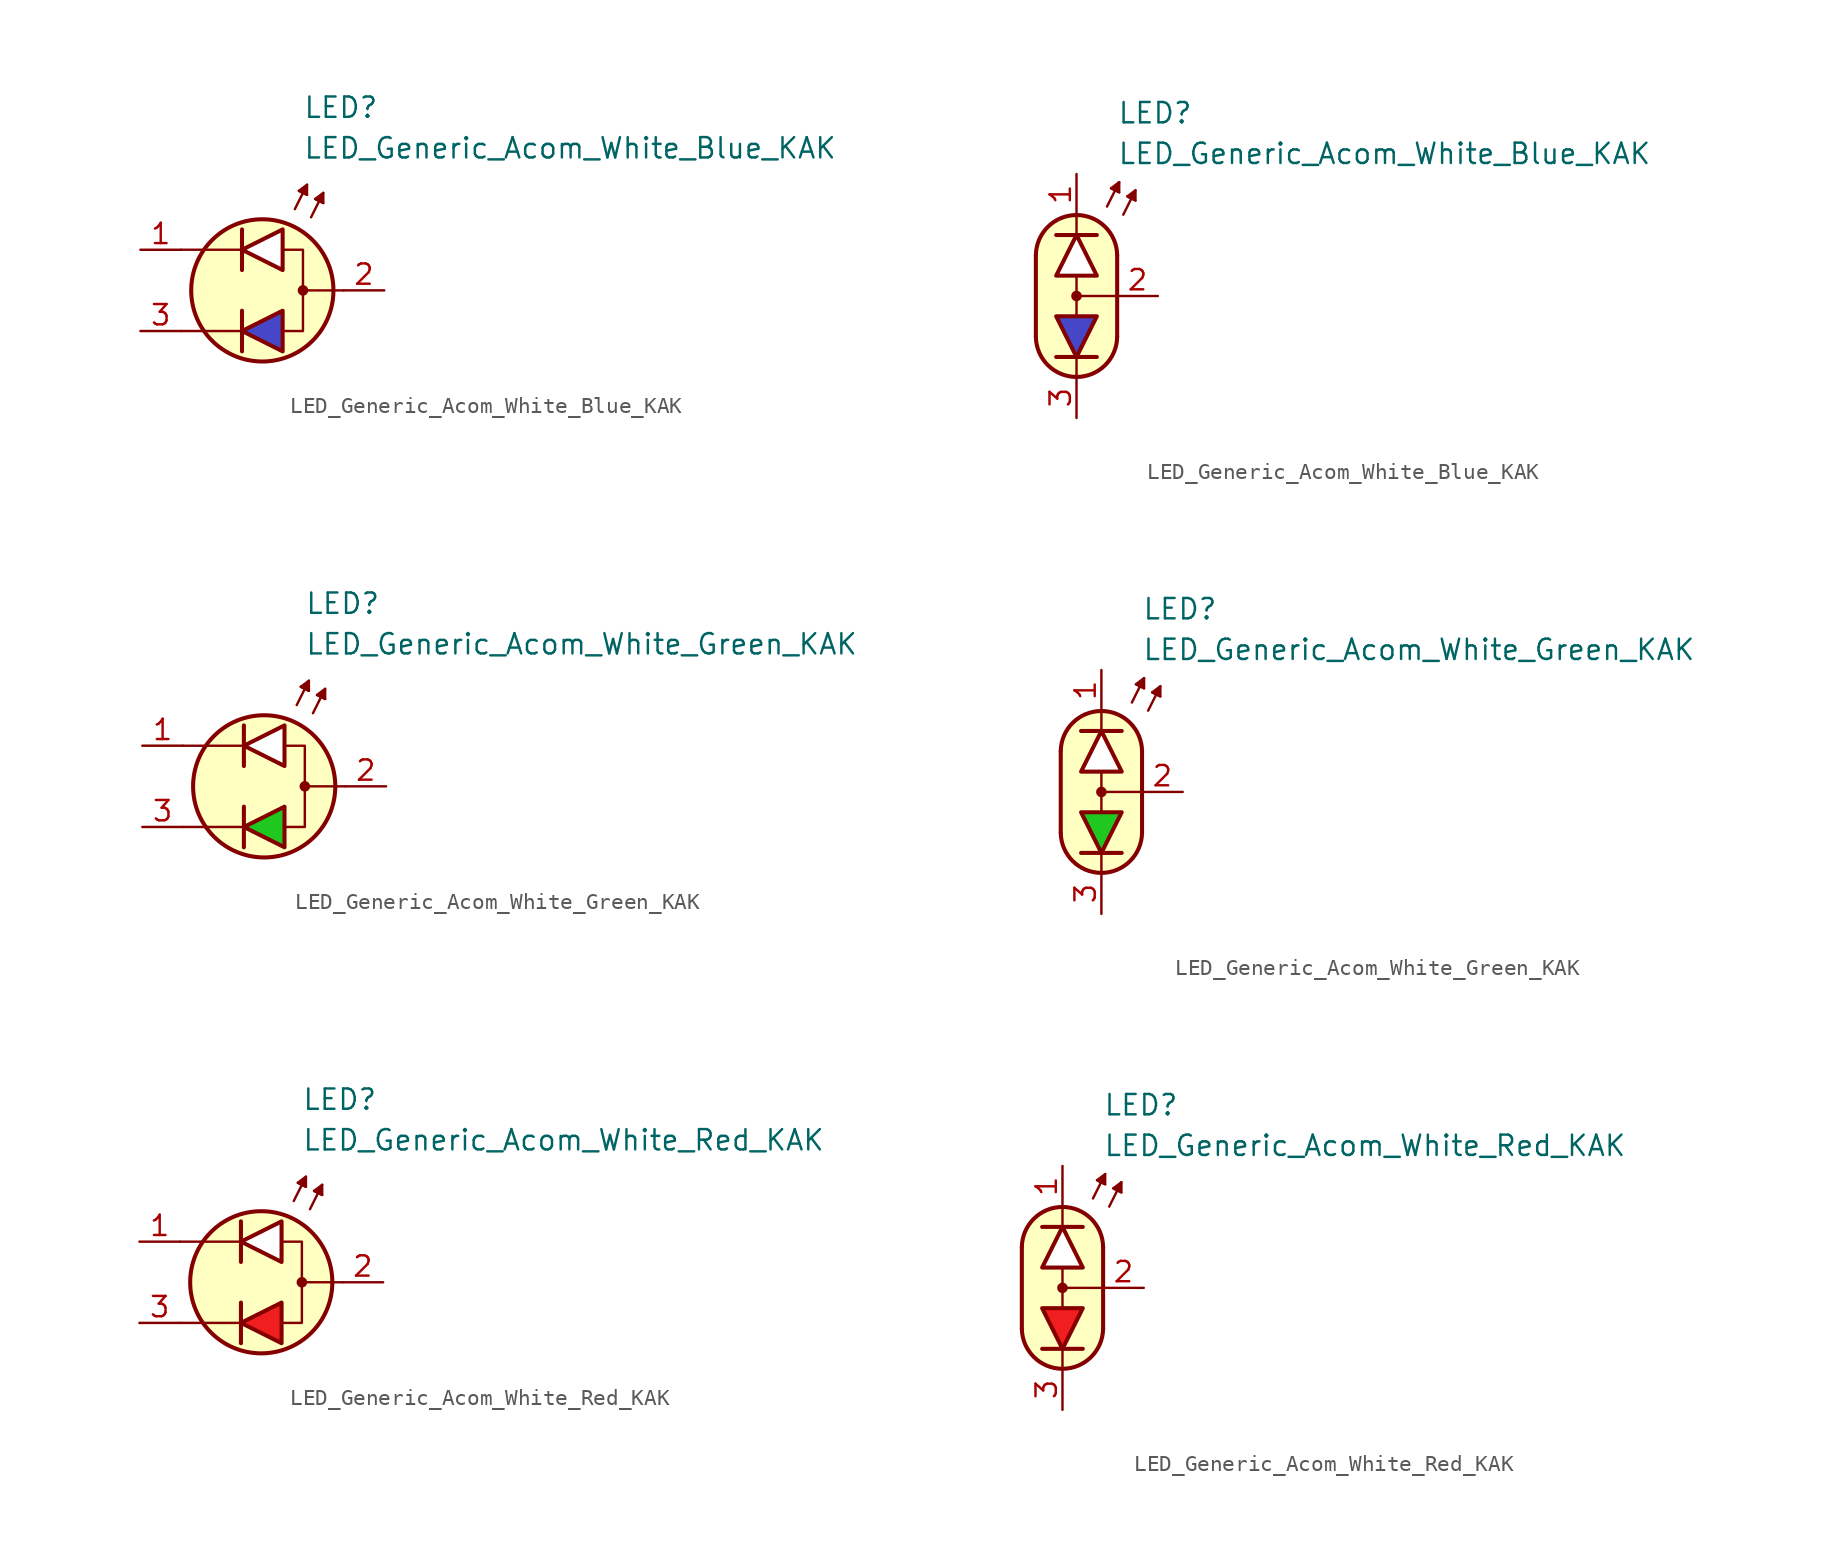
<source format=kicad_sym>
(kicad_symbol_lib
  (version 20231120)
  (generator "kicad_symbol_editor")
  (generator_version "8.0")
  (symbol "LED_Generic_Acom_White_Blue_KAK"
    (pin_names
      (offset 1.016) hide)
    (property "Reference" "LED"
      (at 2.54 11.43 0)
      (effects (font (size 1.27 1.27)) (justify left)))
    (property "Value" "LED_Generic_Acom_White_Blue_KAK"
      (at 2.54 8.89 0)
      (effects (font (size 1.27 1.27)) (justify left)))
    (symbol "LED_Generic_Acom_White_Blue_KAK_0_1"
      (polyline (pts (xy -1.27 -3.81) (xy -1.27 -1.27)) (stroke (width 0.254) (type default)) (fill (type none)))
      (polyline (pts (xy -1.27 -2.54) (xy -5.08 -2.54)) (stroke (width 0.152) (type default)) (fill (type none)))
      (polyline (pts (xy -1.27 1.27) (xy -1.27 3.81)) (stroke (width 0.254) (type default)) (fill (type none)))
      (polyline (pts (xy -1.27 2.54) (xy -5.08 2.54)) (stroke (width 0.152) (type default)) (fill (type none)))
      (polyline (pts (xy 2.032 5.08) (xy 2.794 6.604)) (stroke (width 0.152) (type default)) (fill (type none)))
      (polyline (pts (xy 2.54 6.096) (xy 2.286 6.223)) (stroke (width 0.152) (type default)) (fill (type none)))
      (polyline (pts (xy 2.54 6.096) (xy 2.794 5.969)) (stroke (width 0.152) (type default)) (fill (type none)))
      (polyline (pts (xy 3.048 4.572) (xy 3.81 6.096)) (stroke (width 0.152) (type default)) (fill (type none)))
      (polyline (pts (xy 3.556 5.588) (xy 3.302 5.715)) (stroke (width 0.152) (type default)) (fill (type none)))
      (polyline (pts (xy 3.556 5.588) (xy 3.81 5.461)) (stroke (width 0.152) (type default)) (fill (type none)))
      (polyline (pts (xy 5.08 0) (xy 2.54 0)) (stroke (width 0.152) (type default)) (fill (type none)))
      (polyline (pts (xy 1.27 -3.81) (xy 1.27 -1.27) (xy -1.27 -2.54) (xy 1.27 -3.81)) (stroke (width 0.254) (type default)) (fill (type color) (color 70 70 200 1)))
      (polyline (pts (xy 1.27 1.27) (xy 1.27 3.81) (xy -1.27 2.54) (xy 1.27 1.27)) (stroke (width 0.254) (type default)) (fill (type color) (color 255 255 255 1)))
      (polyline (pts (xy 1.397 2.54) (xy 2.54 2.54) (xy 2.54 -2.54) (xy 1.397 -2.54)) (stroke (width 0.152) (type default)) (fill (type none)))
      (polyline (pts (xy 2.794 5.969) (xy 2.286 6.223) (xy 2.794 6.604) (xy 2.794 5.969)) (stroke (width 0.152) (type default)) (fill (type outline)))
      (polyline (pts (xy 3.81 5.461) (xy 3.302 5.715) (xy 3.81 6.096) (xy 3.81 5.461)) (stroke (width 0.152) (type default)) (fill (type outline)))
      (circle (center 0 0) (radius 4.445) (stroke (width 0.254) (type default)) (fill (type background)))
      (circle (center 2.54 0) (radius 0.254) (stroke (width 0) (type default)) (fill (type outline))))
    (symbol "LED_Generic_Acom_White_Blue_KAK_0_2"
      (arc (start -2.54 -2.54) (mid 0 -5.0576) (end 2.54 -2.54) (stroke (width 0.254) (type default)) (fill (type none)))
      (polyline (pts (xy -2.54 2.54) (xy -2.54 -2.54)) (stroke (width 0.254) (type default)) (fill (type none)))
      (polyline (pts (xy -1.27 3.81) (xy 1.27 3.81)) (stroke (width 0.254) (type default)) (fill (type none)))
      (polyline (pts (xy 0 -5.08) (xy 0 -3.81)) (stroke (width 0) (type default)) (fill (type none)))
      (polyline (pts (xy 0 -1.27) (xy 0 1.27)) (stroke (width 0) (type default)) (fill (type none)))
      (polyline (pts (xy 0 5.08) (xy 0 3.81)) (stroke (width 0) (type default)) (fill (type none)))
      (polyline (pts (xy 1.27 -3.81) (xy -1.27 -3.81)) (stroke (width 0.254) (type default)) (fill (type none)))
      (polyline (pts (xy 1.905 5.588) (xy 2.667 7.112)) (stroke (width 0.152) (type default)) (fill (type none)))
      (polyline (pts (xy 2.413 6.604) (xy 2.159 6.731)) (stroke (width 0.152) (type default)) (fill (type none)))
      (polyline (pts (xy 2.413 6.604) (xy 2.667 6.477)) (stroke (width 0.152) (type default)) (fill (type none)))
      (polyline (pts (xy 2.54 -2.54) (xy 2.54 2.54)) (stroke (width 0.254) (type default)) (fill (type none)))
      (polyline (pts (xy 2.54 0) (xy 0 0)) (stroke (width 0) (type default)) (fill (type none)))
      (polyline (pts (xy 2.921 5.08) (xy 3.683 6.604)) (stroke (width 0.152) (type default)) (fill (type none)))
      (polyline (pts (xy 3.429 6.096) (xy 3.175 6.223)) (stroke (width 0.152) (type default)) (fill (type none)))
      (polyline (pts (xy 3.429 6.096) (xy 3.683 5.969)) (stroke (width 0.152) (type default)) (fill (type none)))
      (polyline (pts (xy 2.667 6.477) (xy 2.159 6.731) (xy 2.667 7.112) (xy 2.667 6.477)) (stroke (width 0.152) (type default)) (fill (type outline)))
      (polyline (pts (xy 3.683 5.969) (xy 3.175 6.223) (xy 3.683 6.604) (xy 3.683 5.969)) (stroke (width 0.152) (type default)) (fill (type outline)))
      (polyline (pts (xy 0 5.08) (xy 1.016 4.826) (xy 1.778 4.318) (xy 2.286 3.556) (xy 2.54 3.048) (xy 2.54 -2.794) (xy 2.286 -3.556) (xy 1.778 -4.318) (xy 1.016 -4.826) (xy 0.254 -5.08) (xy -0.254 -5.08) (xy -1.016 -4.826) (xy -1.524 -4.572) (xy -2.032 -4.064) (xy -2.286 -3.556) (xy -2.54 -2.794) (xy -2.54 2.794) (xy -2.286 3.556) (xy -2.032 4.064) (xy -1.524 4.572) (xy -1.016 4.826) (xy 0 5.08)) (stroke (width 0.01) (type default)) (fill (type background)))
      (circle (center 0 0) (radius 0.254) (stroke (width 0) (type default)) (fill (type outline)))
      (arc (start 2.54 2.54) (mid 0 5.0576) (end -2.54 2.54) (stroke (width 0.254) (type default)) (fill (type none))))
    (symbol "LED_Generic_Acom_White_Blue_KAK_1_1"
      (pin passive line (at -7.62 2.54 0) (length 2.54) (name "A1" (effects (font (size 1.27 1.27)))) (number "1" (effects (font (size 1.27 1.27)))))
      (pin passive line (at 7.62 0 180) (length 2.54) (name "K" (effects (font (size 1.27 1.27)))) (number "2" (effects (font (size 1.27 1.27)))))
      (pin passive line (at -7.62 -2.54 0) (length 2.54) (name "A2" (effects (font (size 1.27 1.27)))) (number "3" (effects (font (size 1.27 1.27))))))
    (symbol "LED_Generic_Acom_White_Blue_KAK_1_2"
      (polyline (pts (xy -1.27 1.27) (xy 1.27 1.27) (xy 0 3.81) (xy -1.27 1.27)) (stroke (width 0.254) (type default)) (fill (type color) (color 255 255 255 1)))
      (polyline (pts (xy 1.27 -1.27) (xy -1.27 -1.27) (xy 0 -3.81) (xy 1.27 -1.27)) (stroke (width 0.254) (type default)) (fill (type color) (color 70 70 200 1)))
      (pin passive line (at 0 7.62 270) (length 2.54) (name "A1" (effects (font (size 1.27 1.27)))) (number "1" (effects (font (size 1.27 1.27)))))
      (pin passive line (at 5.08 0 180) (length 2.54) (name "K" (effects (font (size 1.27 1.27)))) (number "2" (effects (font (size 1.27 1.27)))))
      (pin passive line (at 0 -7.62 90) (length 2.54) (name "A2" (effects (font (size 1.27 1.27)))) (number "3" (effects (font (size 1.27 1.27)))))))
  (symbol "LED_Generic_Acom_White_Green_KAK"
    (pin_names
      (offset 1.016) hide)
    (property "Reference" "LED"
      (at 2.54 11.43 0)
      (effects (font (size 1.27 1.27)) (justify left)))
    (property "Value" "LED_Generic_Acom_White_Green_KAK"
      (at 2.54 8.89 0)
      (effects (font (size 1.27 1.27)) (justify left)))
    (symbol "LED_Generic_Acom_White_Green_KAK_0_1"
      (polyline (pts (xy -1.27 -3.81) (xy -1.27 -1.27)) (stroke (width 0.254) (type default)) (fill (type none)))
      (polyline (pts (xy -1.27 -2.54) (xy -5.08 -2.54)) (stroke (width 0.152) (type default)) (fill (type none)))
      (polyline (pts (xy -1.27 1.27) (xy -1.27 3.81)) (stroke (width 0.254) (type default)) (fill (type none)))
      (polyline (pts (xy -1.27 2.54) (xy -5.08 2.54)) (stroke (width 0.152) (type default)) (fill (type none)))
      (polyline (pts (xy 2.032 5.08) (xy 2.794 6.604)) (stroke (width 0.152) (type default)) (fill (type none)))
      (polyline (pts (xy 2.54 6.096) (xy 2.286 6.223)) (stroke (width 0.152) (type default)) (fill (type none)))
      (polyline (pts (xy 2.54 6.096) (xy 2.794 5.969)) (stroke (width 0.152) (type default)) (fill (type none)))
      (polyline (pts (xy 3.048 4.572) (xy 3.81 6.096)) (stroke (width 0.152) (type default)) (fill (type none)))
      (polyline (pts (xy 3.556 5.588) (xy 3.302 5.715)) (stroke (width 0.152) (type default)) (fill (type none)))
      (polyline (pts (xy 3.556 5.588) (xy 3.81 5.461)) (stroke (width 0.152) (type default)) (fill (type none)))
      (polyline (pts (xy 5.08 0) (xy 2.54 0)) (stroke (width 0.152) (type default)) (fill (type none)))
      (polyline (pts (xy 1.27 -3.81) (xy 1.27 -1.27) (xy -1.27 -2.54) (xy 1.27 -3.81)) (stroke (width 0.254) (type default)) (fill (type color) (color 30 200 30 1)))
      (polyline (pts (xy 1.27 1.27) (xy 1.27 3.81) (xy -1.27 2.54) (xy 1.27 1.27)) (stroke (width 0.254) (type default)) (fill (type color) (color 255 255 255 1)))
      (polyline (pts (xy 1.397 2.54) (xy 2.54 2.54) (xy 2.54 -2.54) (xy 1.397 -2.54)) (stroke (width 0.152) (type default)) (fill (type none)))
      (polyline (pts (xy 2.794 5.969) (xy 2.286 6.223) (xy 2.794 6.604) (xy 2.794 5.969)) (stroke (width 0.152) (type default)) (fill (type outline)))
      (polyline (pts (xy 3.81 5.461) (xy 3.302 5.715) (xy 3.81 6.096) (xy 3.81 5.461)) (stroke (width 0.152) (type default)) (fill (type outline)))
      (circle (center 0 0) (radius 4.445) (stroke (width 0.254) (type default)) (fill (type background)))
      (circle (center 2.54 0) (radius 0.254) (stroke (width 0) (type default)) (fill (type outline))))
    (symbol "LED_Generic_Acom_White_Green_KAK_0_2"
      (arc (start -2.54 -2.54) (mid 0 -5.0576) (end 2.54 -2.54) (stroke (width 0.254) (type default)) (fill (type none)))
      (polyline (pts (xy -2.54 2.54) (xy -2.54 -2.54)) (stroke (width 0.254) (type default)) (fill (type none)))
      (polyline (pts (xy -1.27 3.81) (xy 1.27 3.81)) (stroke (width 0.254) (type default)) (fill (type none)))
      (polyline (pts (xy 0 -5.08) (xy 0 -3.81)) (stroke (width 0) (type default)) (fill (type none)))
      (polyline (pts (xy 0 -1.27) (xy 0 1.27)) (stroke (width 0) (type default)) (fill (type none)))
      (polyline (pts (xy 0 5.08) (xy 0 3.81)) (stroke (width 0) (type default)) (fill (type none)))
      (polyline (pts (xy 1.27 -3.81) (xy -1.27 -3.81)) (stroke (width 0.254) (type default)) (fill (type none)))
      (polyline (pts (xy 1.905 5.588) (xy 2.667 7.112)) (stroke (width 0.152) (type default)) (fill (type none)))
      (polyline (pts (xy 2.413 6.604) (xy 2.159 6.731)) (stroke (width 0.152) (type default)) (fill (type none)))
      (polyline (pts (xy 2.413 6.604) (xy 2.667 6.477)) (stroke (width 0.152) (type default)) (fill (type none)))
      (polyline (pts (xy 2.54 -2.54) (xy 2.54 2.54)) (stroke (width 0.254) (type default)) (fill (type none)))
      (polyline (pts (xy 2.54 0) (xy 0 0)) (stroke (width 0) (type default)) (fill (type none)))
      (polyline (pts (xy 2.921 5.08) (xy 3.683 6.604)) (stroke (width 0.152) (type default)) (fill (type none)))
      (polyline (pts (xy 3.429 6.096) (xy 3.175 6.223)) (stroke (width 0.152) (type default)) (fill (type none)))
      (polyline (pts (xy 3.429 6.096) (xy 3.683 5.969)) (stroke (width 0.152) (type default)) (fill (type none)))
      (polyline (pts (xy 2.667 6.477) (xy 2.159 6.731) (xy 2.667 7.112) (xy 2.667 6.477)) (stroke (width 0.152) (type default)) (fill (type outline)))
      (polyline (pts (xy 3.683 5.969) (xy 3.175 6.223) (xy 3.683 6.604) (xy 3.683 5.969)) (stroke (width 0.152) (type default)) (fill (type outline)))
      (polyline (pts (xy 0 5.08) (xy 1.016 4.826) (xy 1.778 4.318) (xy 2.286 3.556) (xy 2.54 3.048) (xy 2.54 -2.794) (xy 2.286 -3.556) (xy 1.778 -4.318) (xy 1.016 -4.826) (xy 0.254 -5.08) (xy -0.254 -5.08) (xy -1.016 -4.826) (xy -1.524 -4.572) (xy -2.032 -4.064) (xy -2.286 -3.556) (xy -2.54 -2.794) (xy -2.54 2.794) (xy -2.286 3.556) (xy -2.032 4.064) (xy -1.524 4.572) (xy -1.016 4.826) (xy 0 5.08)) (stroke (width 0.01) (type default)) (fill (type background)))
      (circle (center 0 0) (radius 0.254) (stroke (width 0) (type default)) (fill (type outline)))
      (arc (start 2.54 2.54) (mid 0 5.0576) (end -2.54 2.54) (stroke (width 0.254) (type default)) (fill (type none))))
    (symbol "LED_Generic_Acom_White_Green_KAK_1_1"
      (pin passive line (at -7.62 2.54 0) (length 2.54) (name "A1" (effects (font (size 1.27 1.27)))) (number "1" (effects (font (size 1.27 1.27)))))
      (pin passive line (at 7.62 0 180) (length 2.54) (name "K" (effects (font (size 1.27 1.27)))) (number "2" (effects (font (size 1.27 1.27)))))
      (pin passive line (at -7.62 -2.54 0) (length 2.54) (name "A2" (effects (font (size 1.27 1.27)))) (number "3" (effects (font (size 1.27 1.27))))))
    (symbol "LED_Generic_Acom_White_Green_KAK_1_2"
      (polyline (pts (xy -1.27 1.27) (xy 1.27 1.27) (xy 0 3.81) (xy -1.27 1.27)) (stroke (width 0.254) (type default)) (fill (type color) (color 255 255 255 1)))
      (polyline (pts (xy 1.27 -1.27) (xy -1.27 -1.27) (xy 0 -3.81) (xy 1.27 -1.27)) (stroke (width 0.254) (type default)) (fill (type color) (color 30 200 30 1)))
      (pin passive line (at 0 7.62 270) (length 2.54) (name "A1" (effects (font (size 1.27 1.27)))) (number "1" (effects (font (size 1.27 1.27)))))
      (pin passive line (at 5.08 0 180) (length 2.54) (name "K" (effects (font (size 1.27 1.27)))) (number "2" (effects (font (size 1.27 1.27)))))
      (pin passive line (at 0 -7.62 90) (length 2.54) (name "A2" (effects (font (size 1.27 1.27)))) (number "3" (effects (font (size 1.27 1.27)))))))
  (symbol "LED_Generic_Acom_White_Red_KAK"
    (pin_names
      (offset 1.016) hide)
    (property "Reference" "LED"
      (at 2.54 11.43 0)
      (effects (font (size 1.27 1.27)) (justify left)))
    (property "Value" "LED_Generic_Acom_White_Red_KAK"
      (at 2.54 8.89 0)
      (effects (font (size 1.27 1.27)) (justify left)))
    (symbol "LED_Generic_Acom_White_Red_KAK_0_1"
      (polyline (pts (xy -1.27 -3.81) (xy -1.27 -1.27)) (stroke (width 0.254) (type default)) (fill (type none)))
      (polyline (pts (xy -1.27 -2.54) (xy -5.08 -2.54)) (stroke (width 0.152) (type default)) (fill (type none)))
      (polyline (pts (xy -1.27 1.27) (xy -1.27 3.81)) (stroke (width 0.254) (type default)) (fill (type none)))
      (polyline (pts (xy -1.27 2.54) (xy -5.08 2.54)) (stroke (width 0.152) (type default)) (fill (type none)))
      (polyline (pts (xy 2.032 5.08) (xy 2.794 6.604)) (stroke (width 0.152) (type default)) (fill (type none)))
      (polyline (pts (xy 2.54 6.096) (xy 2.286 6.223)) (stroke (width 0.152) (type default)) (fill (type none)))
      (polyline (pts (xy 2.54 6.096) (xy 2.794 5.969)) (stroke (width 0.152) (type default)) (fill (type none)))
      (polyline (pts (xy 3.048 4.572) (xy 3.81 6.096)) (stroke (width 0.152) (type default)) (fill (type none)))
      (polyline (pts (xy 3.556 5.588) (xy 3.302 5.715)) (stroke (width 0.152) (type default)) (fill (type none)))
      (polyline (pts (xy 3.556 5.588) (xy 3.81 5.461)) (stroke (width 0.152) (type default)) (fill (type none)))
      (polyline (pts (xy 5.08 0) (xy 2.54 0)) (stroke (width 0.152) (type default)) (fill (type none)))
      (polyline (pts (xy 1.27 -3.81) (xy 1.27 -1.27) (xy -1.27 -2.54) (xy 1.27 -3.81)) (stroke (width 0.254) (type default)) (fill (type color) (color 240 30 30 1)))
      (polyline (pts (xy 1.27 1.27) (xy 1.27 3.81) (xy -1.27 2.54) (xy 1.27 1.27)) (stroke (width 0.254) (type default)) (fill (type color) (color 255 255 255 1)))
      (polyline (pts (xy 1.397 2.54) (xy 2.54 2.54) (xy 2.54 -2.54) (xy 1.397 -2.54)) (stroke (width 0.152) (type default)) (fill (type none)))
      (polyline (pts (xy 2.794 5.969) (xy 2.286 6.223) (xy 2.794 6.604) (xy 2.794 5.969)) (stroke (width 0.152) (type default)) (fill (type outline)))
      (polyline (pts (xy 3.81 5.461) (xy 3.302 5.715) (xy 3.81 6.096) (xy 3.81 5.461)) (stroke (width 0.152) (type default)) (fill (type outline)))
      (circle (center 0 0) (radius 4.445) (stroke (width 0.254) (type default)) (fill (type background)))
      (circle (center 2.54 0) (radius 0.254) (stroke (width 0) (type default)) (fill (type outline))))
    (symbol "LED_Generic_Acom_White_Red_KAK_0_2"
      (arc (start -2.54 -2.54) (mid 0 -5.0576) (end 2.54 -2.54) (stroke (width 0.254) (type default)) (fill (type none)))
      (polyline (pts (xy -2.54 2.54) (xy -2.54 -2.54)) (stroke (width 0.254) (type default)) (fill (type none)))
      (polyline (pts (xy -1.27 3.81) (xy 1.27 3.81)) (stroke (width 0.254) (type default)) (fill (type none)))
      (polyline (pts (xy 0 -5.08) (xy 0 -3.81)) (stroke (width 0) (type default)) (fill (type none)))
      (polyline (pts (xy 0 -1.27) (xy 0 1.27)) (stroke (width 0) (type default)) (fill (type none)))
      (polyline (pts (xy 0 5.08) (xy 0 3.81)) (stroke (width 0) (type default)) (fill (type none)))
      (polyline (pts (xy 1.27 -3.81) (xy -1.27 -3.81)) (stroke (width 0.254) (type default)) (fill (type none)))
      (polyline (pts (xy 1.905 5.588) (xy 2.667 7.112)) (stroke (width 0.152) (type default)) (fill (type none)))
      (polyline (pts (xy 2.413 6.604) (xy 2.159 6.731)) (stroke (width 0.152) (type default)) (fill (type none)))
      (polyline (pts (xy 2.413 6.604) (xy 2.667 6.477)) (stroke (width 0.152) (type default)) (fill (type none)))
      (polyline (pts (xy 2.54 -2.54) (xy 2.54 2.54)) (stroke (width 0.254) (type default)) (fill (type none)))
      (polyline (pts (xy 2.54 0) (xy 0 0)) (stroke (width 0) (type default)) (fill (type none)))
      (polyline (pts (xy 2.921 5.08) (xy 3.683 6.604)) (stroke (width 0.152) (type default)) (fill (type none)))
      (polyline (pts (xy 3.429 6.096) (xy 3.175 6.223)) (stroke (width 0.152) (type default)) (fill (type none)))
      (polyline (pts (xy 3.429 6.096) (xy 3.683 5.969)) (stroke (width 0.152) (type default)) (fill (type none)))
      (polyline (pts (xy 2.667 6.477) (xy 2.159 6.731) (xy 2.667 7.112) (xy 2.667 6.477)) (stroke (width 0.152) (type default)) (fill (type outline)))
      (polyline (pts (xy 3.683 5.969) (xy 3.175 6.223) (xy 3.683 6.604) (xy 3.683 5.969)) (stroke (width 0.152) (type default)) (fill (type outline)))
      (polyline (pts (xy 0 5.08) (xy 1.016 4.826) (xy 1.778 4.318) (xy 2.286 3.556) (xy 2.54 3.048) (xy 2.54 -2.794) (xy 2.286 -3.556) (xy 1.778 -4.318) (xy 1.016 -4.826) (xy 0.254 -5.08) (xy -0.254 -5.08) (xy -1.016 -4.826) (xy -1.524 -4.572) (xy -2.032 -4.064) (xy -2.286 -3.556) (xy -2.54 -2.794) (xy -2.54 2.794) (xy -2.286 3.556) (xy -2.032 4.064) (xy -1.524 4.572) (xy -1.016 4.826) (xy 0 5.08)) (stroke (width 0.01) (type default)) (fill (type background)))
      (circle (center 0 0) (radius 0.254) (stroke (width 0) (type default)) (fill (type outline)))
      (arc (start 2.54 2.54) (mid 0 5.0576) (end -2.54 2.54) (stroke (width 0.254) (type default)) (fill (type none))))
    (symbol "LED_Generic_Acom_White_Red_KAK_1_1"
      (pin passive line (at -7.62 2.54 0) (length 2.54) (name "A1" (effects (font (size 1.27 1.27)))) (number "1" (effects (font (size 1.27 1.27)))))
      (pin passive line (at 7.62 0 180) (length 2.54) (name "K" (effects (font (size 1.27 1.27)))) (number "2" (effects (font (size 1.27 1.27)))))
      (pin passive line (at -7.62 -2.54 0) (length 2.54) (name "A2" (effects (font (size 1.27 1.27)))) (number "3" (effects (font (size 1.27 1.27))))))
    (symbol "LED_Generic_Acom_White_Red_KAK_1_2"
      (polyline (pts (xy -1.27 1.27) (xy 1.27 1.27) (xy 0 3.81) (xy -1.27 1.27)) (stroke (width 0.254) (type default)) (fill (type color) (color 255 255 255 1)))
      (polyline (pts (xy 1.27 -1.27) (xy -1.27 -1.27) (xy 0 -3.81) (xy 1.27 -1.27)) (stroke (width 0.254) (type default)) (fill (type color) (color 240 30 30 1)))
      (pin passive line (at 0 7.62 270) (length 2.54) (name "A1" (effects (font (size 1.27 1.27)))) (number "1" (effects (font (size 1.27 1.27)))))
      (pin passive line (at 5.08 0 180) (length 2.54) (name "K" (effects (font (size 1.27 1.27)))) (number "2" (effects (font (size 1.27 1.27)))))
      (pin passive line (at 0 -7.62 90) (length 2.54) (name "A2" (effects (font (size 1.27 1.27)))) (number "3" (effects (font (size 1.27 1.27))))))))
</source>
